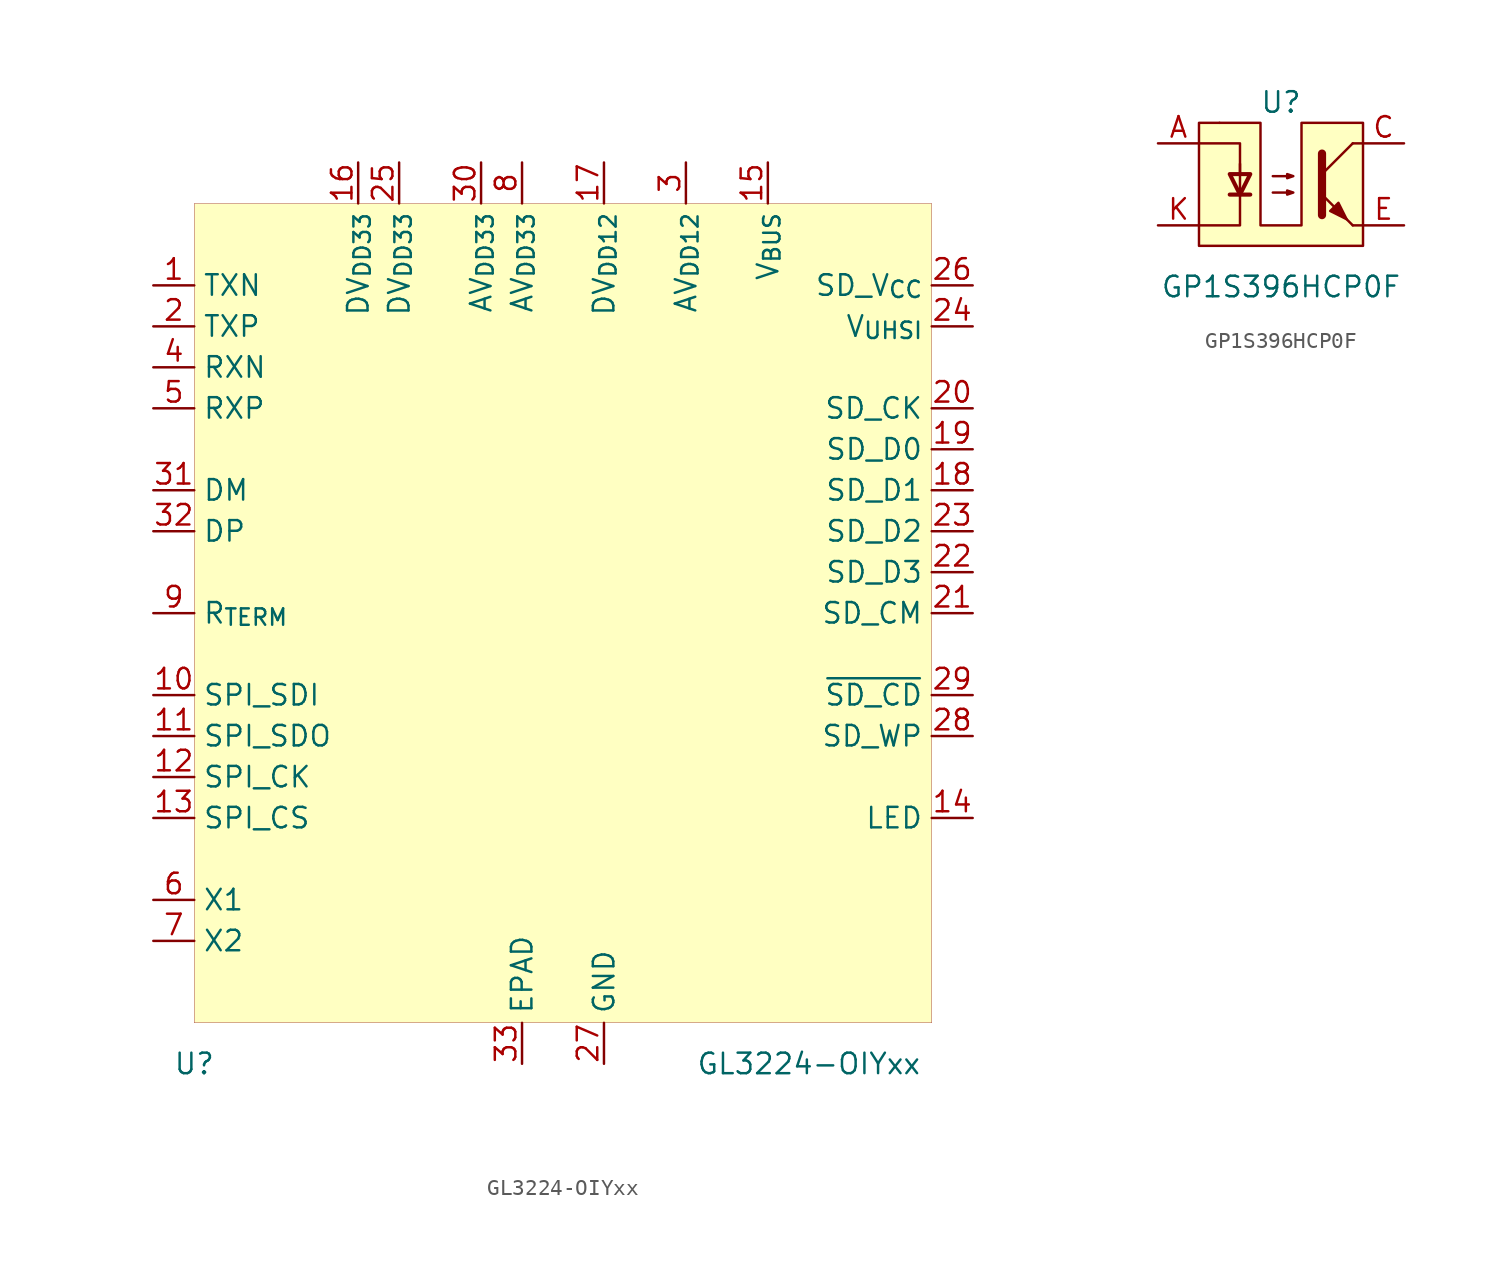
<source format=kicad_sym>
(kicad_symbol_lib
  (version 20220914)
  (generator kicad_symbol_editor)
  (symbol "GL3224-OIYxx"
    (property "Reference" "U"
      (at -22.86 -27.94 0)
      (effects (font (size 1.27 1.27))))
    (property "Value" "GL3224-OIYxx"
      (at 15.24 -27.94 0)
      (effects (font (size 1.27 1.27))))
    (symbol "GL3224-OIYxx_0_0"
      (pin output line (at -25.4 20.32 0) (length 2.54) (name "TXN" (effects (font (size 1.27 1.27)))) (number "1" (effects (font (size 1.27 1.27)))))
      (pin input line (at -25.4 -5.08 0) (length 2.54) (name "SPI_SDI" (effects (font (size 1.27 1.27)))) (number "10" (effects (font (size 1.27 1.27)))))
      (pin output line (at -25.4 -7.62 0) (length 2.54) (name "SPI_SDO" (effects (font (size 1.27 1.27)))) (number "11" (effects (font (size 1.27 1.27)))))
      (pin output line (at -25.4 -10.16 0) (length 2.54) (name "SPI_CK" (effects (font (size 1.27 1.27)))) (number "12" (effects (font (size 1.27 1.27)))))
      (pin output line (at -25.4 -12.7 0) (length 2.54) (name "SPI_CS" (effects (font (size 1.27 1.27)))) (number "13" (effects (font (size 1.27 1.27)))))
      (pin output line (at 25.4 -12.7 180) (length 2.54) (name "LED" (effects (font (size 1.27 1.27)))) (number "14" (effects (font (size 1.27 1.27)))))
      (pin power_in line (at 12.7 27.94 270) (length 2.54) (name "V_{BUS}" (effects (font (size 1.27 1.27)))) (number "15" (effects (font (size 1.27 1.27)))))
      (pin power_out line (at -12.7 27.94 270) (length 2.54) (name "DV_{DD33}" (effects (font (size 1.27 1.27)))) (number "16" (effects (font (size 1.27 1.27)))))
      (pin power_out line (at 2.54 27.94 270) (length 2.54) (name "DV_{DD12}" (effects (font (size 1.27 1.27)))) (number "17" (effects (font (size 1.27 1.27)))))
      (pin bidirectional line (at 25.4 7.62 180) (length 2.54) (name "SD_D1" (effects (font (size 1.27 1.27)))) (number "18" (effects (font (size 1.27 1.27)))))
      (pin bidirectional line (at 25.4 10.16 180) (length 2.54) (name "SD_D0" (effects (font (size 1.27 1.27)))) (number "19" (effects (font (size 1.27 1.27)))))
      (pin output line (at -25.4 17.78 0) (length 2.54) (name "TXP" (effects (font (size 1.27 1.27)))) (number "2" (effects (font (size 1.27 1.27)))))
      (pin output line (at 25.4 12.7 180) (length 2.54) (name "SD_CK" (effects (font (size 1.27 1.27)))) (number "20" (effects (font (size 1.27 1.27)))))
      (pin bidirectional line (at 25.4 0 180) (length 2.54) (name "SD_CM" (effects (font (size 1.27 1.27)))) (number "21" (effects (font (size 1.27 1.27)))))
      (pin bidirectional line (at 25.4 2.54 180) (length 2.54) (name "SD_D3" (effects (font (size 1.27 1.27)))) (number "22" (effects (font (size 1.27 1.27)))))
      (pin bidirectional line (at 25.4 5.08 180) (length 2.54) (name "SD_D2" (effects (font (size 1.27 1.27)))) (number "23" (effects (font (size 1.27 1.27)))))
      (pin power_out line (at 25.4 17.78 180) (length 2.54) (name "V_{UHSI}" (effects (font (size 1.27 1.27)))) (number "24" (effects (font (size 1.27 1.27)))))
      (pin power_out line (at -10.16 27.94 270) (length 2.54) (name "DV_{DD33}" (effects (font (size 1.27 1.27)))) (number "25" (effects (font (size 1.27 1.27)))))
      (pin power_in line (at 25.4 20.32 180) (length 2.54) (name "SD_V_{CC}" (effects (font (size 1.27 1.27)))) (number "26" (effects (font (size 1.27 1.27)))))
      (pin power_in line (at 2.54 -27.94 90) (length 2.54) (name "GND" (effects (font (size 1.27 1.27)))) (number "27" (effects (font (size 1.27 1.27)))))
      (pin input line (at 25.4 -7.62 180) (length 2.54) (name "SD_WP" (effects (font (size 1.27 1.27)))) (number "28" (effects (font (size 1.27 1.27)))))
      (pin input line (at 25.4 -5.08 180) (length 2.54) (name "~{SD_CD}" (effects (font (size 1.27 1.27)))) (number "29" (effects (font (size 1.27 1.27)))))
      (pin power_out line (at 7.62 27.94 270) (length 2.54) (name "AV_{DD12}" (effects (font (size 1.27 1.27)))) (number "3" (effects (font (size 1.27 1.27)))))
      (pin power_out line (at -5.08 27.94 270) (length 2.54) (name "AV_{DD33}" (effects (font (size 1.27 1.27)))) (number "30" (effects (font (size 1.27 1.27)))))
      (pin bidirectional line (at -25.4 7.62 0) (length 2.54) (name "DM" (effects (font (size 1.27 1.27)))) (number "31" (effects (font (size 1.27 1.27)))))
      (pin bidirectional line (at -25.4 5.08 0) (length 2.54) (name "DP" (effects (font (size 1.27 1.27)))) (number "32" (effects (font (size 1.27 1.27)))))
      (pin power_in line (at -2.54 -27.94 90) (length 2.54) (name "EPAD" (effects (font (size 1.27 1.27)))) (number "33" (effects (font (size 1.27 1.27)))))
      (pin input line (at -25.4 15.24 0) (length 2.54) (name "RXN" (effects (font (size 1.27 1.27)))) (number "4" (effects (font (size 1.27 1.27)))))
      (pin input line (at -25.4 12.7 0) (length 2.54) (name "RXP" (effects (font (size 1.27 1.27)))) (number "5" (effects (font (size 1.27 1.27)))))
      (pin input line (at -25.4 -17.78 0) (length 2.54) (name "X1" (effects (font (size 1.27 1.27)))) (number "6" (effects (font (size 1.27 1.27)))))
      (pin input line (at -25.4 -20.32 0) (length 2.54) (name "X2" (effects (font (size 1.27 1.27)))) (number "7" (effects (font (size 1.27 1.27)))))
      (pin power_out line (at -2.54 27.94 270) (length 2.54) (name "AV_{DD33}" (effects (font (size 1.27 1.27)))) (number "8" (effects (font (size 1.27 1.27)))))
      (pin passive line (at -25.4 0 0) (length 2.54) (name "R_{TERM}" (effects (font (size 1.27 1.27)))) (number "9" (effects (font (size 1.27 1.27))))))
    (symbol "GL3224-OIYxx_0_1"
      (rectangle (start -22.86 25.4) (end 22.86 -25.4) (stroke (width 0.001) (type default)) (fill (type background)))))
  (symbol "GP1S396HCP0F"
    (property "Reference" "U"
      (at 0 5.08 0)
      (effects (font (size 1.27 1.27))))
    (property "Value" "GP1S396HCP0F"
      (at 0 -6.35 0)
      (effects (font (size 1.27 1.27))))
    (symbol "GP1S396HCP0F_0_1"
      (polyline (pts (xy -3.81 3.81) (xy -3.81 3.81)) (stroke (width 0.152) (type default)) (fill (type none)))
      (polyline (pts (xy -3.175 -0.635) (xy -1.905 -0.635)) (stroke (width 0.254) (type default)) (fill (type none)))
      (polyline (pts (xy 2.54 0.635) (xy 4.445 2.54)) (stroke (width 0) (type default)) (fill (type none)))
      (polyline (pts (xy 4.445 -2.54) (xy 2.54 -0.635)) (stroke (width 0) (type default)) (fill (type outline)))
      (polyline (pts (xy 4.445 -2.54) (xy 5.08 -2.54)) (stroke (width 0) (type default)) (fill (type none)))
      (polyline (pts (xy 4.445 2.54) (xy 5.08 2.54)) (stroke (width 0) (type default)) (fill (type none)))
      (polyline (pts (xy -5.08 2.54) (xy -2.54 2.54) (xy -2.54 0.635)) (stroke (width 0) (type default)) (fill (type none)))
      (polyline (pts (xy 2.54 1.905) (xy 2.54 -1.905) (xy 2.54 -1.905)) (stroke (width 0.508) (type default)) (fill (type none)))
      (polyline (pts (xy -2.54 -0.635) (xy -3.175 0.635) (xy -1.905 0.635) (xy -2.54 -0.635)) (stroke (width 0.254) (type default)) (fill (type none)))
      (polyline (pts (xy -2.54 -0.635) (xy -2.54 1.27) (xy -2.54 -2.54) (xy -5.08 -2.54)) (stroke (width 0) (type default)) (fill (type none)))
      (polyline (pts (xy -0.508 -0.508) (xy 0.762 -0.508) (xy 0.381 -0.635) (xy 0.381 -0.381) (xy 0.762 -0.508)) (stroke (width 0) (type default)) (fill (type none)))
      (polyline (pts (xy -0.508 0.508) (xy 0.762 0.508) (xy 0.381 0.381) (xy 0.381 0.635) (xy 0.762 0.508)) (stroke (width 0) (type default)) (fill (type none)))
      (polyline (pts (xy 3.048 -1.651) (xy 3.556 -1.143) (xy 4.064 -2.159) (xy 3.048 -1.651) (xy 3.048 -1.651)) (stroke (width 0) (type default)) (fill (type outline)))
      (polyline (pts (xy -5.08 3.81) (xy -5.08 -3.81) (xy 5.08 -3.81) (xy 5.08 3.81) (xy 1.27 3.81) (xy 1.27 -2.54) (xy -1.27 -2.54) (xy -1.27 3.81) (xy -5.08 3.81)) (stroke (width 0.152) (type default)) (fill (type background))))
    (symbol "GP1S396HCP0F_1_1"
      (pin passive line (at -7.62 2.54 0) (length 2.54) (name "~" (effects (font (size 1.27 1.27)))) (number "A" (effects (font (size 1.27 1.27)))))
      (pin passive line (at 7.62 2.54 180) (length 2.54) (name "~" (effects (font (size 1.27 1.27)))) (number "C" (effects (font (size 1.27 1.27)))))
      (pin passive line (at 7.62 -2.54 180) (length 2.54) (name "~" (effects (font (size 1.27 1.27)))) (number "E" (effects (font (size 1.27 1.27)))))
      (pin passive line (at -7.62 -2.54 0) (length 2.54) (name "~" (effects (font (size 1.27 1.27)))) (number "K" (effects (font (size 1.27 1.27))))))))
</source>
